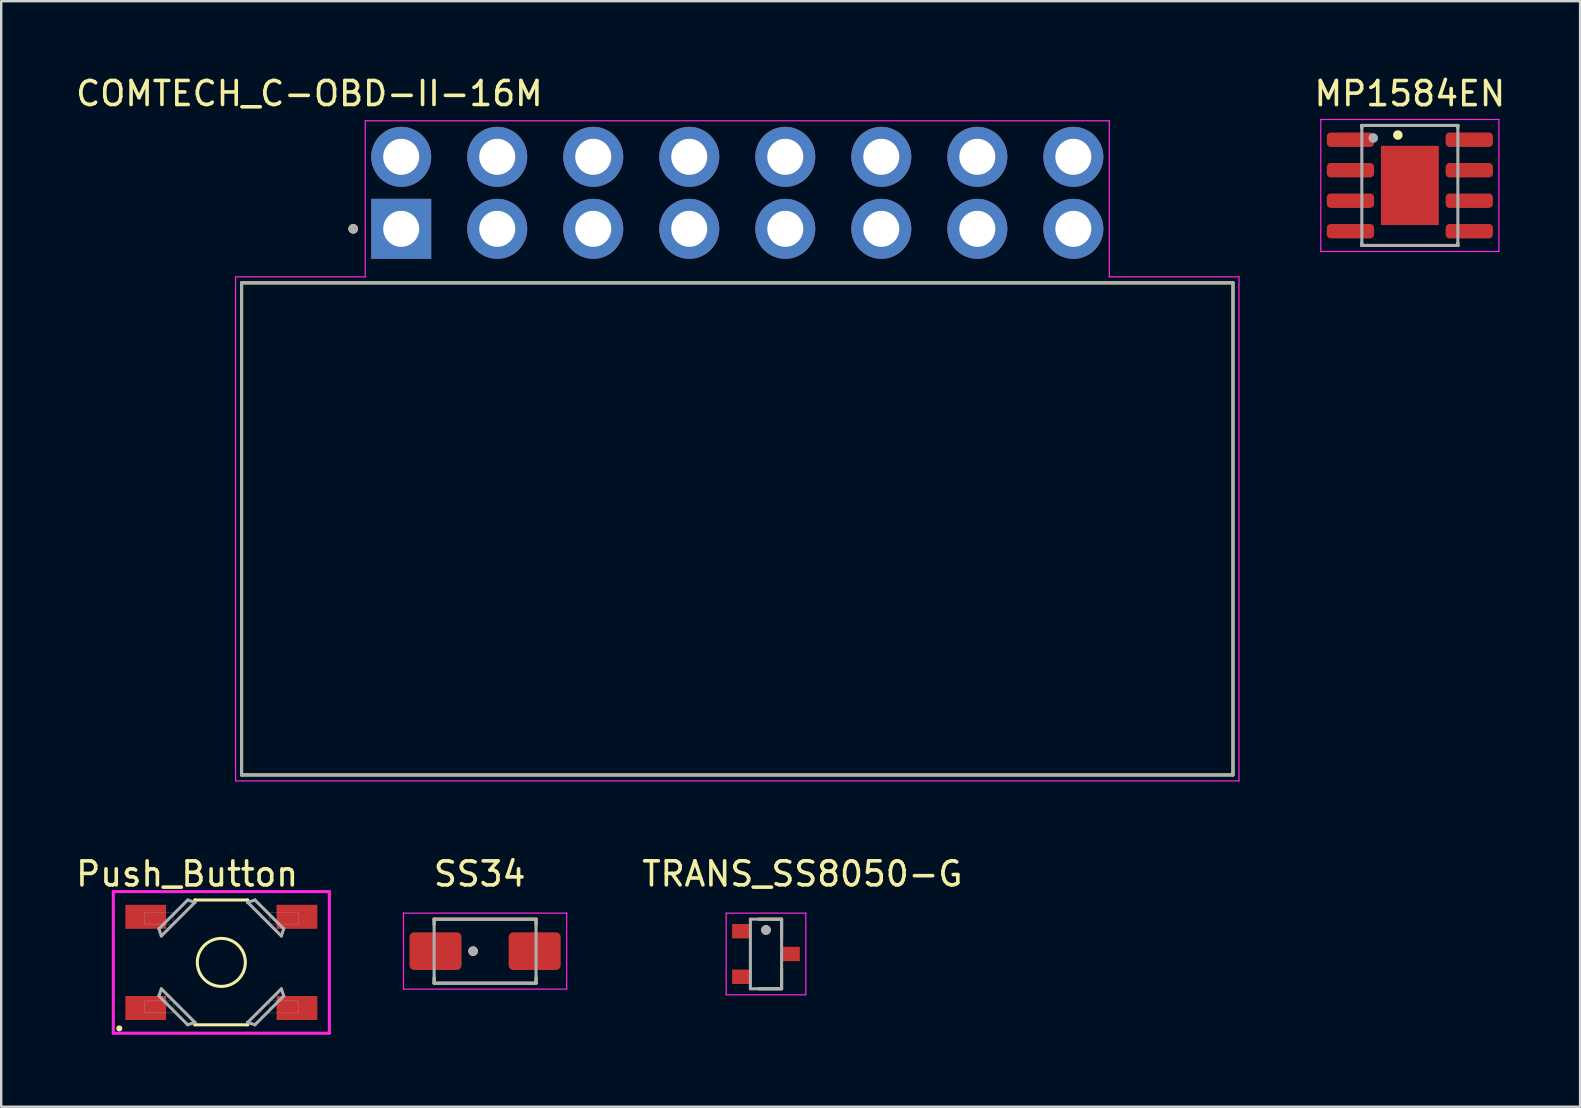
<source format=kicad_pcb>
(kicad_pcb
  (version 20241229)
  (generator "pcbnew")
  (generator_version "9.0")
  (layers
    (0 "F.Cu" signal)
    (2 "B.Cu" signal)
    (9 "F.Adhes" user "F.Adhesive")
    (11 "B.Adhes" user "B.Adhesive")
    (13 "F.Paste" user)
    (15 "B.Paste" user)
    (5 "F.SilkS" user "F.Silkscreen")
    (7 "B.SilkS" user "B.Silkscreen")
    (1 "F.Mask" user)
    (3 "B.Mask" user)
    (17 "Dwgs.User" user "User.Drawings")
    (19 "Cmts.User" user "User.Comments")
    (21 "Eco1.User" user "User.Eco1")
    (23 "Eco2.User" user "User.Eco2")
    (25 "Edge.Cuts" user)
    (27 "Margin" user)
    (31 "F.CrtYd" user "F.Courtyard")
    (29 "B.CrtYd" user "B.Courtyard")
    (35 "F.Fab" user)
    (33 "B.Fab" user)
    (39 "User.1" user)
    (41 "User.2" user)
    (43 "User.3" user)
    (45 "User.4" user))
  (footprint "COMTECH_C-OBD-II-16M"
    (layer "F.Cu")
    (at 13.664 6.483)
    (property "Reference" "COMTECH_C-OBD-II-16M" (at -3.825 -5.635 0) (layer "F.SilkS") (effects (font (size 1 1) (thickness 0.15))))
    (attr through_hole)
    (fp_line (start -6.65 2.25) (end 34.65 2.25) (stroke (width 0.127) (type solid)) (layer "F.SilkS"))
    (fp_line (start -6.65 22.75) (end -6.65 2.25) (stroke (width 0.127) (type solid)) (layer "F.SilkS"))
    (fp_line (start 34.65 2.25) (end 34.65 22.75) (stroke (width 0.127) (type solid)) (layer "F.SilkS"))
    (fp_line (start 34.65 22.75) (end -6.65 22.75) (stroke (width 0.127) (type solid)) (layer "F.SilkS"))
    (fp_circle (center -2 0) (end -1.9 0) (stroke (width 0.2) (type solid)) (fill no) (layer "F.SilkS"))
    (fp_line (start -6.9 2) (end -6.9 23) (stroke (width 0.05) (type solid)) (layer "F.CrtYd"))
    (fp_line (start -6.9 23) (end 34.9 23) (stroke (width 0.05) (type solid)) (layer "F.CrtYd"))
    (fp_line (start -1.5 -4.5) (end -1.5 2) (stroke (width 0.05) (type solid)) (layer "F.CrtYd"))
    (fp_line (start -1.5 2) (end -6.9 2) (stroke (width 0.05) (type solid)) (layer "F.CrtYd"))
    (fp_line (start 29.5 -4.5) (end -1.5 -4.5) (stroke (width 0.05) (type solid)) (layer "F.CrtYd"))
    (fp_line (start 29.5 2) (end 29.5 -4.5) (stroke (width 0.05) (type solid)) (layer "F.CrtYd"))
    (fp_line (start 34.9 2) (end 29.5 2) (stroke (width 0.05) (type solid)) (layer "F.CrtYd"))
    (fp_line (start 34.9 23) (end 34.9 2) (stroke (width 0.05) (type solid)) (layer "F.CrtYd"))
    (fp_line (start -6.65 2.25) (end 34.65 2.25) (stroke (width 0.127) (type solid)) (layer "F.Fab"))
    (fp_line (start -6.65 22.75) (end -6.65 2.25) (stroke (width 0.127) (type solid)) (layer "F.Fab"))
    (fp_line (start 34.65 2.25) (end 34.65 22.75) (stroke (width 0.127) (type solid)) (layer "F.Fab"))
    (fp_line (start 34.65 22.75) (end -6.65 22.75) (stroke (width 0.127) (type solid)) (layer "F.Fab"))
    (fp_circle (center -2 0) (end -1.9 0) (stroke (width 0.2) (type solid)) (fill no) (layer "F.Fab"))
    (pad "1" thru_hole rect (at 0 0) (size 2.5 2.5) (drill 1.5) (layers "*.Cu" "*.Mask"))
    (pad "2" thru_hole circle (at 4 0) (size 2.5 2.5) (drill 1.5) (layers "*.Cu" "*.Mask"))
    (pad "3" thru_hole circle (at 8 0) (size 2.5 2.5) (drill 1.5) (layers "*.Cu" "*.Mask"))
    (pad "4" thru_hole circle (at 12 0) (size 2.5 2.5) (drill 1.5) (layers "*.Cu" "*.Mask"))
    (pad "5" thru_hole circle (at 16 0) (size 2.5 2.5) (drill 1.5) (layers "*.Cu" "*.Mask"))
    (pad "6" thru_hole circle (at 20 0) (size 2.5 2.5) (drill 1.5) (layers "*.Cu" "*.Mask"))
    (pad "7" thru_hole circle (at 24 0) (size 2.5 2.5) (drill 1.5) (layers "*.Cu" "*.Mask"))
    (pad "8" thru_hole circle (at 28 0) (size 2.5 2.5) (drill 1.5) (layers "*.Cu" "*.Mask"))
    (pad "9" thru_hole circle (at 0 -3) (size 2.5 2.5) (drill 1.5) (layers "*.Cu" "*.Mask"))
    (pad "10" thru_hole circle (at 4 -3) (size 2.5 2.5) (drill 1.5) (layers "*.Cu" "*.Mask"))
    (pad "11" thru_hole circle (at 8 -3) (size 2.5 2.5) (drill 1.5) (layers "*.Cu" "*.Mask"))
    (pad "12" thru_hole circle (at 12 -3) (size 2.5 2.5) (drill 1.5) (layers "*.Cu" "*.Mask"))
    (pad "13" thru_hole circle (at 16 -3) (size 2.5 2.5) (drill 1.5) (layers "*.Cu" "*.Mask"))
    (pad "14" thru_hole circle (at 20 -3) (size 2.5 2.5) (drill 1.5) (layers "*.Cu" "*.Mask"))
    (pad "15" thru_hole circle (at 24 -3) (size 2.5 2.5) (drill 1.5) (layers "*.Cu" "*.Mask"))
    (pad "16" thru_hole circle (at 28 -3) (size 2.5 2.5) (drill 1.5) (layers "*.Cu" "*.Mask")))
  (footprint "SS34"
    (layer "F.Cu")
    (at 17.158 36.574)
    (property "Reference" "SS34" (at -0.225 -3.217 0) (layer "F.SilkS") (effects (font (size 1 1) (thickness 0.15))))
    (attr smd)
    (fp_line (start -2.123 -1.333) (end 2.123 -1.333) (stroke (width 0.127) (type solid)) (layer "F.SilkS"))
    (fp_line (start -2.123 -1.105) (end -2.123 -1.333) (stroke (width 0.127) (type solid)) (layer "F.SilkS"))
    (fp_line (start -2.123 1.333) (end -2.123 1.105) (stroke (width 0.127) (type solid)) (layer "F.SilkS"))
    (fp_line (start 2.123 -1.333) (end 2.123 -1.105) (stroke (width 0.127) (type solid)) (layer "F.SilkS"))
    (fp_line (start 2.123 1.333) (end -2.123 1.333) (stroke (width 0.127) (type solid)) (layer "F.SilkS"))
    (fp_line (start 2.123 1.333) (end 2.123 1.105) (stroke (width 0.127) (type solid)) (layer "F.SilkS"))
    (fp_circle (center -0.5 0) (end -0.4 0) (stroke (width 0.2) (type solid)) (fill no) (layer "F.SilkS"))
    (fp_line (start -3.4 -1.583) (end -3.4 1.583) (stroke (width 0.05) (type solid)) (layer "F.CrtYd"))
    (fp_line (start -3.4 1.583) (end 3.4 1.583) (stroke (width 0.05) (type solid)) (layer "F.CrtYd"))
    (fp_line (start 3.4 -1.583) (end -3.4 -1.583) (stroke (width 0.05) (type solid)) (layer "F.CrtYd"))
    (fp_line (start 3.4 1.583) (end 3.4 -1.583) (stroke (width 0.05) (type solid)) (layer "F.CrtYd"))
    (fp_line (start -2.123 -1.333) (end 2.123 -1.333) (stroke (width 0.127) (type solid)) (layer "F.Fab"))
    (fp_line (start -2.123 1.333) (end -2.123 -1.333) (stroke (width 0.127) (type solid)) (layer "F.Fab"))
    (fp_line (start 2.123 -1.333) (end 2.123 1.333) (stroke (width 0.127) (type solid)) (layer "F.Fab"))
    (fp_line (start 2.123 1.333) (end -2.123 1.333) (stroke (width 0.127) (type solid)) (layer "F.Fab"))
    (fp_circle (center -0.5 0) (end -0.4 0) (stroke (width 0.2) (type solid)) (fill no) (layer "F.Fab"))
    (pad "1" smd roundrect (at -2.065 0) (size 2.17 1.57) (layers "F.Cu" "F.Mask" "F.Paste") (roundrect_rratio 0.125))
    (pad "2" smd roundrect (at 2.065 0) (size 2.17 1.57) (layers "F.Cu" "F.Mask" "F.Paste") (roundrect_rratio 0.125)))
  (footprint "MP1584EN"
    (layer "F.Cu")
    (at 55.682 4.676)
    (property "Reference" "MP1584EN" (at 0.00002 -3.825 0) (layer "F.SilkS") (effects (font (size 1.004 1.004) (thickness 0.15))))
    (attr smd)
    (fp_line (start -2 -2.5) (end -2 -2.4) (stroke (width 0.127) (type solid)) (layer "F.SilkS"))
    (fp_line (start -2 -2.5) (end 2 -2.5) (stroke (width 0.127) (type solid)) (layer "F.SilkS"))
    (fp_line (start -2 2.4) (end -2 2.5) (stroke (width 0.127) (type solid)) (layer "F.SilkS"))
    (fp_line (start -2 2.5) (end 2 2.5) (stroke (width 0.127) (type solid)) (layer "F.SilkS"))
    (fp_line (start 2 -2.5) (end 2 -2.4) (stroke (width 0.127) (type solid)) (layer "F.SilkS"))
    (fp_line (start 2 2.4) (end 2 2.5) (stroke (width 0.127) (type solid)) (layer "F.SilkS"))
    (fp_circle (center -0.5 -2.1) (end -0.4 -2.1) (stroke (width 0.2) (type solid)) (fill no) (layer "F.SilkS"))
    (fp_poly (pts (xy -0.937 0.135) (xy -0.135 0.135) (xy -0.135 1.378) (xy -0.937 1.378)) (stroke (width 0.01) (type solid)) (fill yes) (layer "F.Paste"))
    (fp_poly (pts (xy -0.937 -1.375) (xy -0.135 -1.375) (xy -0.135 -0.135) (xy -0.937 -0.135)) (stroke (width 0.01) (type solid)) (fill yes) (layer "F.Paste"))
    (fp_poly (pts (xy 0.135 0.135) (xy 0.935 0.135) (xy 0.935 1.377) (xy 0.135 1.377)) (stroke (width 0.01) (type solid)) (fill yes) (layer "F.Paste"))
    (fp_poly (pts (xy 0.135 -1.375) (xy 0.935 -1.375) (xy 0.935 -0.135) (xy 0.135 -0.135)) (stroke (width 0.01) (type solid)) (fill yes) (layer "F.Paste"))
    (fp_line (start -3.71 -2.75) (end 3.71 -2.75) (stroke (width 0.05) (type solid)) (layer "F.CrtYd"))
    (fp_line (start -3.71 2.75) (end -3.71 -2.75) (stroke (width 0.05) (type solid)) (layer "F.CrtYd"))
    (fp_line (start 3.71 -2.75) (end 3.71 2.75) (stroke (width 0.05) (type solid)) (layer "F.CrtYd"))
    (fp_line (start 3.71 2.75) (end -3.71 2.75) (stroke (width 0.05) (type solid)) (layer "F.CrtYd"))
    (fp_line (start -2 -2.5) (end 2 -2.5) (stroke (width 0.127) (type solid)) (layer "F.Fab"))
    (fp_line (start -2 2.5) (end -2 -2.5) (stroke (width 0.127) (type solid)) (layer "F.Fab"))
    (fp_line (start 2 -2.5) (end 2 2.5) (stroke (width 0.127) (type solid)) (layer "F.Fab"))
    (fp_line (start 2 2.5) (end -2 2.5) (stroke (width 0.127) (type solid)) (layer "F.Fab"))
    (fp_circle (center -1.524 -1.978) (end -1.424 -1.978) (stroke (width 0.2) (type solid)) (fill no) (layer "F.Fab"))
    (pad "1" smd roundrect (at -2.475 -1.905) (size 1.97 0.6) (layers "F.Cu" "F.Mask" "F.Paste") (roundrect_rratio 0.27))
    (pad "2" smd roundrect (at -2.475 -0.635) (size 1.97 0.6) (layers "F.Cu" "F.Mask" "F.Paste") (roundrect_rratio 0.27))
    (pad "3" smd roundrect (at -2.475 0.635) (size 1.97 0.6) (layers "F.Cu" "F.Mask" "F.Paste") (roundrect_rratio 0.27))
    (pad "4" smd roundrect (at -2.475 1.905) (size 1.97 0.6) (layers "F.Cu" "F.Mask" "F.Paste") (roundrect_rratio 0.27))
    (pad "5" smd roundrect (at 2.475 1.905) (size 1.97 0.6) (layers "F.Cu" "F.Mask" "F.Paste") (roundrect_rratio 0.27))
    (pad "6" smd roundrect (at 2.475 0.635) (size 1.97 0.6) (layers "F.Cu" "F.Mask" "F.Paste") (roundrect_rratio 0.27))
    (pad "7" smd roundrect (at 2.475 -0.635) (size 1.97 0.6) (layers "F.Cu" "F.Mask" "F.Paste") (roundrect_rratio 0.27))
    (pad "8" smd roundrect (at 2.475 -1.905) (size 1.97 0.6) (layers "F.Cu" "F.Mask" "F.Paste") (roundrect_rratio 0.27))
    (pad "9" smd rect (at 0 0) (size 2.41 3.3) (layers "F.Cu" "F.Mask")))
  (footprint "Push_Button"
    (layer "F.Cu")
    (at 6.17 37.042)
    (property "Reference" "Push_Button" (at -1.425 -3.685 0) (layer "F.SilkS") (effects (font (size 1 1) (thickness 0.15))))
    (attr smd)
    (fp_line (start -1.1 -2.6) (end -1.1 -2.5) (stroke (width 0.127) (type solid)) (layer "F.SilkS"))
    (fp_line (start -1.1 -2.6) (end 1.1 -2.6) (stroke (width 0.127) (type solid)) (layer "F.SilkS"))
    (fp_line (start -1.1 2.5) (end -1.1 2.6) (stroke (width 0.127) (type solid)) (layer "F.SilkS"))
    (fp_line (start -1.1 2.6) (end 1.1 2.6) (stroke (width 0.127) (type solid)) (layer "F.SilkS"))
    (fp_line (start 1.1 -2.5) (end 1.1 -2.6) (stroke (width 0.127) (type solid)) (layer "F.SilkS"))
    (fp_line (start 1.1 2.5) (end 1.1 2.6) (stroke (width 0.127) (type solid)) (layer "F.SilkS"))
    (fp_circle (center -4.25 2.75) (end -4.123 2.75) (stroke (width 0) (type solid)) (fill yes) (layer "F.SilkS"))
    (fp_circle (center 0 0) (end 1 0) (stroke (width 0.127) (type solid)) (fill no) (layer "F.SilkS"))
    (fp_line (start -4.5 -2.95) (end 4.5 -2.95) (stroke (width 0.127) (type solid)) (layer "F.CrtYd"))
    (fp_line (start -4.5 2.95) (end -4.5 -2.95) (stroke (width 0.127) (type solid)) (layer "F.CrtYd"))
    (fp_line (start 4.5 -2.95) (end 4.5 2.95) (stroke (width 0.127) (type solid)) (layer "F.CrtYd"))
    (fp_line (start 4.5 2.95) (end -4.5 2.95) (stroke (width 0.127) (type solid)) (layer "F.CrtYd"))
    (fp_line (start -2.6 -1.4) (end -2.5 -1.1) (stroke (width 0.127) (type solid)) (layer "F.Fab"))
    (fp_line (start -2.6 -1.4) (end -1.4 -2.6) (stroke (width 0.127) (type solid)) (layer "F.Fab"))
    (fp_line (start -2.6 1.4) (end -2.5 1.1) (stroke (width 0.127) (type solid)) (layer "F.Fab"))
    (fp_line (start -2.6 1.4) (end -1.4 2.6) (stroke (width 0.127) (type solid)) (layer "F.Fab"))
    (fp_line (start -2.5 -1.1) (end -1.1 -2.5) (stroke (width 0.127) (type solid)) (layer "F.Fab"))
    (fp_line (start -2.5 1.1) (end -1.1 2.5) (stroke (width 0.127) (type solid)) (layer "F.Fab"))
    (fp_line (start -1.4 -2.6) (end -1.1 -2.5) (stroke (width 0.127) (type solid)) (layer "F.Fab"))
    (fp_line (start -1.4 2.6) (end -1.1 2.5) (stroke (width 0.127) (type solid)) (layer "F.Fab"))
    (fp_line (start 1.1 -2.5) (end 2.5 -1.1) (stroke (width 0.127) (type solid)) (layer "F.Fab"))
    (fp_line (start 1.1 2.5) (end 2.5 1.1) (stroke (width 0.127) (type solid)) (layer "F.Fab"))
    (fp_line (start 1.4 -2.6) (end 1.1 -2.5) (stroke (width 0.127) (type solid)) (layer "F.Fab"))
    (fp_line (start 1.4 -2.6) (end 2.6 -1.4) (stroke (width 0.127) (type solid)) (layer "F.Fab"))
    (fp_line (start 1.4 2.6) (end 1.1 2.5) (stroke (width 0.127) (type solid)) (layer "F.Fab"))
    (fp_line (start 1.4 2.6) (end 2.6 1.4) (stroke (width 0.127) (type solid)) (layer "F.Fab"))
    (fp_line (start 2.6 -1.4) (end 2.5 -1.1) (stroke (width 0.127) (type solid)) (layer "F.Fab"))
    (fp_line (start 2.6 1.4) (end 2.5 1.1) (stroke (width 0.127) (type solid)) (layer "F.Fab"))
    (fp_poly (pts (xy -3.199 -2.095) (xy -1.995 -2.095) (xy -1.995 -1.597) (xy -3.199 -1.597)) (stroke (width 0.01) (type solid)) (fill no) (layer "F.Fab"))
    (fp_poly (pts (xy -3.196 1.605) (xy -1.995 1.605) (xy -1.995 2.106) (xy -3.196 2.106)) (stroke (width 0.01) (type solid)) (fill no) (layer "F.Fab"))
    (fp_poly (pts (xy 2.007 1.605) (xy 3.205 1.605) (xy 3.205 2.107) (xy 2.007 2.107)) (stroke (width 0.01) (type solid)) (fill no) (layer "F.Fab"))
    (fp_poly (pts (xy 2.008 -2.095) (xy 3.205 -2.095) (xy 3.205 -1.597) (xy 2.008 -1.597)) (stroke (width 0.01) (type solid)) (fill no) (layer "F.Fab"))
    (pad "1" smd rect (at -3.15 1.9) (size 1.7 1) (layers "F.Cu" "F.Mask" "F.Paste"))
    (pad "2" smd rect (at 3.15 1.9) (size 1.7 1) (layers "F.Cu" "F.Mask" "F.Paste"))
    (pad "3" smd rect (at -3.15 -1.9) (size 1.7 1) (layers "F.Cu" "F.Mask" "F.Paste"))
    (pad "4" smd rect (at 3.15 -1.9) (size 1.7 1) (layers "F.Cu" "F.Mask" "F.Paste")))
  (footprint "TRANS_SS8050-G"
    (layer "F.Cu")
    (at 28.86 36.691)
    (property "Reference" "TRANS_SS8050-G" (at 1.515 -3.335 0) (layer "F.SilkS") (effects (font (size 1 1) (thickness 0.15))))
    (attr smd)
    (fp_line (start -0.29 -1.45) (end 0.65 -1.45) (stroke (width 0.127) (type solid)) (layer "F.SilkS"))
    (fp_line (start 0.65 -0.62) (end 0.65 -1.45) (stroke (width 0.127) (type solid)) (layer "F.SilkS"))
    (fp_line (start 0.65 1.45) (end -0.29 1.45) (stroke (width 0.127) (type solid)) (layer "F.SilkS"))
    (fp_line (start 0.65 1.45) (end 0.65 0.62) (stroke (width 0.127) (type solid)) (layer "F.SilkS"))
    (fp_circle (center 0 -1) (end 0.1 -1) (stroke (width 0.2) (type solid)) (fill no) (layer "F.SilkS"))
    (fp_line (start -1.66 -1.7) (end -1.66 1.7) (stroke (width 0.05) (type solid)) (layer "F.CrtYd"))
    (fp_line (start -1.66 1.7) (end 1.66 1.7) (stroke (width 0.05) (type solid)) (layer "F.CrtYd"))
    (fp_line (start 1.66 -1.7) (end -1.66 -1.7) (stroke (width 0.05) (type solid)) (layer "F.CrtYd"))
    (fp_line (start 1.66 1.7) (end 1.66 -1.7) (stroke (width 0.05) (type solid)) (layer "F.CrtYd"))
    (fp_line (start -0.65 -1.45) (end -0.65 1.45) (stroke (width 0.127) (type solid)) (layer "F.Fab"))
    (fp_line (start -0.65 -1.45) (end 0.65 -1.45) (stroke (width 0.127) (type solid)) (layer "F.Fab"))
    (fp_line (start 0.65 1.45) (end -0.65 1.45) (stroke (width 0.127) (type solid)) (layer "F.Fab"))
    (fp_line (start 0.65 1.45) (end 0.65 -1.45) (stroke (width 0.127) (type solid)) (layer "F.Fab"))
    (fp_circle (center 0 -1) (end 0.1 -1) (stroke (width 0.2) (type solid)) (fill no) (layer "F.Fab"))
    (pad "1" smd rect (at -1.01 -0.95) (size 0.8 0.6) (layers "F.Cu" "F.Mask" "F.Paste"))
    (pad "2" smd rect (at -1.01 0.95) (size 0.8 0.6) (layers "F.Cu" "F.Mask" "F.Paste"))
    (pad "3" smd rect (at 1.01 0) (size 0.8 0.6) (layers "F.Cu" "F.Mask" "F.Paste")))
  (gr_rect
    (start -3 -3)
    (end 62.775 43.056)
    (stroke (width 0.1) (type default))
    (fill no)
    (layer "Edge.Cuts")))
</source>
